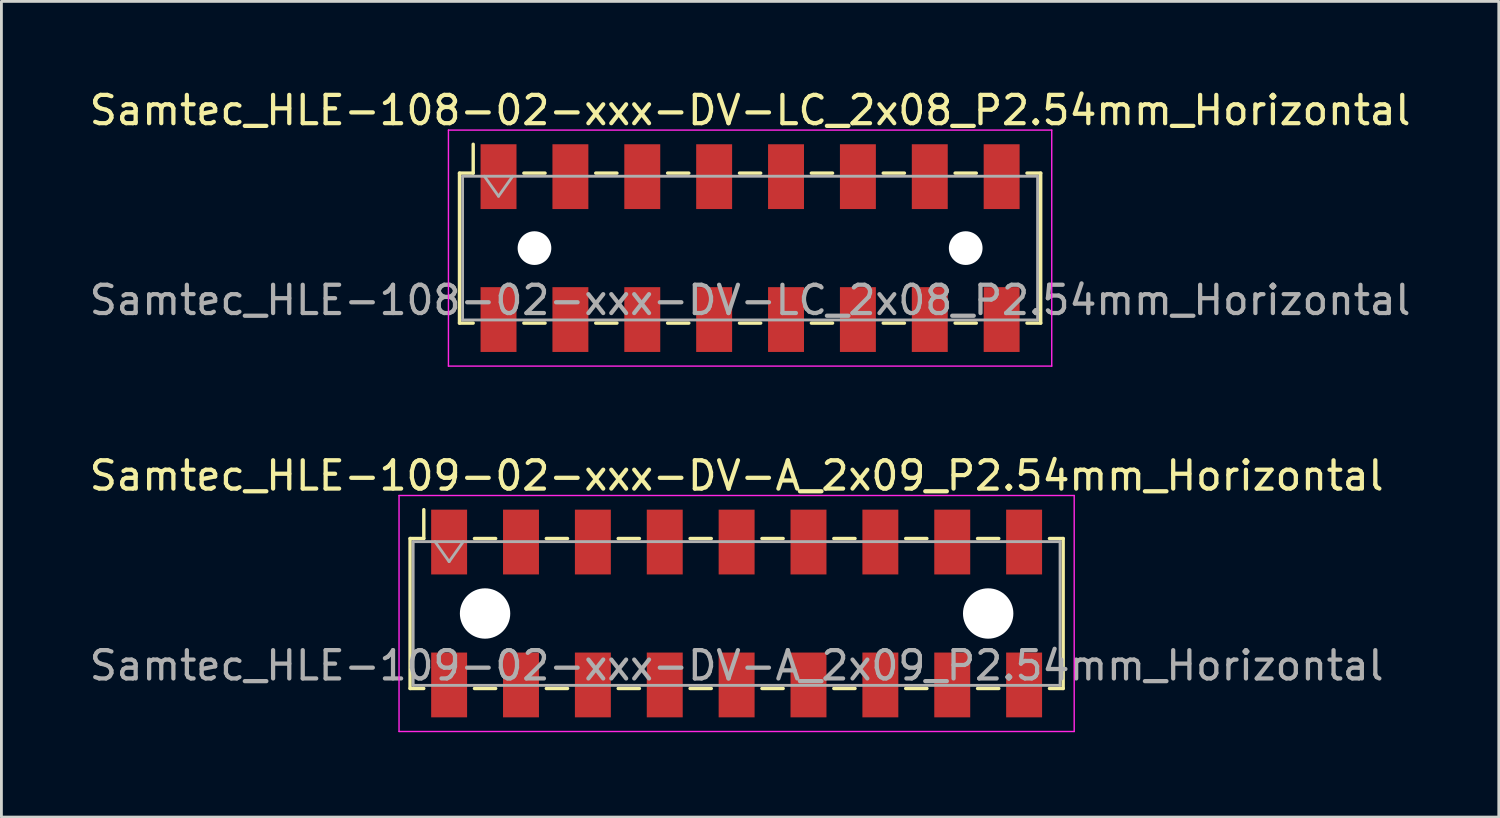
<source format=kicad_pcb>
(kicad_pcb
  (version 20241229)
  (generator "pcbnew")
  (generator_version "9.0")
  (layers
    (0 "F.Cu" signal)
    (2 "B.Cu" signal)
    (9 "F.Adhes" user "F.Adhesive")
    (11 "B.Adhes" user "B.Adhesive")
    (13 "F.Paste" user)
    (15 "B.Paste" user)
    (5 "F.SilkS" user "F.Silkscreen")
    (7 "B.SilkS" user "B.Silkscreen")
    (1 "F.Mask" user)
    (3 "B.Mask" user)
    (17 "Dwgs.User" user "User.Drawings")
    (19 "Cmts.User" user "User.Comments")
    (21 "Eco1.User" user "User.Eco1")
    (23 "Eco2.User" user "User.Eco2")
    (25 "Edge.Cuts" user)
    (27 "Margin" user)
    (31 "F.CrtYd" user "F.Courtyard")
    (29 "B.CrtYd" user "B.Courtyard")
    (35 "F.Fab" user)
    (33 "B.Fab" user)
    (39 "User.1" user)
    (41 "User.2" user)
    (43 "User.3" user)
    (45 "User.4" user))
  (footprint "Samtec_HLE-109-02-xxx-DV-A_2x09_P2.54mm_Horizontal"
    (layer "F.Cu")
    (at 22.982 18.631)
    (property "Reference" "Samtec_HLE-109-02-xxx-DV-A_2x09_P2.54mm_Horizontal" (at 0 -4.87 0) (layer "F.SilkS") (effects (font (size 1 1) (thickness 0.15))))
    (attr smd)
    (fp_line (start -11.54 -2.65) (end -11.54 2.65) (stroke (width 0.12) (type solid)) (layer "F.SilkS"))
    (fp_line (start -11.54 2.65) (end -11.055 2.65) (stroke (width 0.12) (type solid)) (layer "F.SilkS"))
    (fp_line (start -11.055 -3.67) (end -11.055 -2.65) (stroke (width 0.12) (type solid)) (layer "F.SilkS"))
    (fp_line (start -11.055 -2.65) (end -11.54 -2.65) (stroke (width 0.12) (type solid)) (layer "F.SilkS"))
    (fp_line (start -9.265 -2.65) (end -8.515 -2.65) (stroke (width 0.12) (type solid)) (layer "F.SilkS"))
    (fp_line (start -9.265 2.65) (end -8.515 2.65) (stroke (width 0.12) (type solid)) (layer "F.SilkS"))
    (fp_line (start -6.725 -2.65) (end -5.975 -2.65) (stroke (width 0.12) (type solid)) (layer "F.SilkS"))
    (fp_line (start -6.725 2.65) (end -5.975 2.65) (stroke (width 0.12) (type solid)) (layer "F.SilkS"))
    (fp_line (start -4.185 -2.65) (end -3.435 -2.65) (stroke (width 0.12) (type solid)) (layer "F.SilkS"))
    (fp_line (start -4.185 2.65) (end -3.435 2.65) (stroke (width 0.12) (type solid)) (layer "F.SilkS"))
    (fp_line (start -1.645 -2.65) (end -0.895 -2.65) (stroke (width 0.12) (type solid)) (layer "F.SilkS"))
    (fp_line (start -1.645 2.65) (end -0.895 2.65) (stroke (width 0.12) (type solid)) (layer "F.SilkS"))
    (fp_line (start 0.895 -2.65) (end 1.645 -2.65) (stroke (width 0.12) (type solid)) (layer "F.SilkS"))
    (fp_line (start 0.895 2.65) (end 1.645 2.65) (stroke (width 0.12) (type solid)) (layer "F.SilkS"))
    (fp_line (start 3.435 -2.65) (end 4.185 -2.65) (stroke (width 0.12) (type solid)) (layer "F.SilkS"))
    (fp_line (start 3.435 2.65) (end 4.185 2.65) (stroke (width 0.12) (type solid)) (layer "F.SilkS"))
    (fp_line (start 5.975 -2.65) (end 6.725 -2.65) (stroke (width 0.12) (type solid)) (layer "F.SilkS"))
    (fp_line (start 5.975 2.65) (end 6.725 2.65) (stroke (width 0.12) (type solid)) (layer "F.SilkS"))
    (fp_line (start 8.515 -2.65) (end 9.265 -2.65) (stroke (width 0.12) (type solid)) (layer "F.SilkS"))
    (fp_line (start 8.515 2.65) (end 9.265 2.65) (stroke (width 0.12) (type solid)) (layer "F.SilkS"))
    (fp_line (start 11.055 -2.65) (end 11.54 -2.65) (stroke (width 0.12) (type solid)) (layer "F.SilkS"))
    (fp_line (start 11.54 -2.65) (end 11.54 2.65) (stroke (width 0.12) (type solid)) (layer "F.SilkS"))
    (fp_line (start 11.54 2.65) (end 11.055 2.65) (stroke (width 0.12) (type solid)) (layer "F.SilkS"))
    (fp_line (start -11.93 -4.17) (end 11.93 -4.17) (stroke (width 0.05) (type solid)) (layer "F.CrtYd"))
    (fp_line (start -11.93 4.17) (end -11.93 -4.17) (stroke (width 0.05) (type solid)) (layer "F.CrtYd"))
    (fp_line (start 11.93 -4.17) (end 11.93 4.17) (stroke (width 0.05) (type solid)) (layer "F.CrtYd"))
    (fp_line (start 11.93 4.17) (end -11.93 4.17) (stroke (width 0.05) (type solid)) (layer "F.CrtYd"))
    (fp_line (start -11.43 -2.54) (end 11.43 -2.54) (stroke (width 0.1) (type solid)) (layer "F.Fab"))
    (fp_line (start -11.43 2.54) (end -11.43 -2.54) (stroke (width 0.1) (type solid)) (layer "F.Fab"))
    (fp_line (start -10.66 -2.54) (end -10.16 -1.833) (stroke (width 0.1) (type solid)) (layer "F.Fab"))
    (fp_line (start -10.16 -1.833) (end -9.66 -2.54) (stroke (width 0.1) (type solid)) (layer "F.Fab"))
    (fp_line (start 11.43 -2.54) (end 11.43 2.54) (stroke (width 0.1) (type solid)) (layer "F.Fab"))
    (fp_line (start 11.43 2.54) (end -11.43 2.54) (stroke (width 0.1) (type solid)) (layer "F.Fab"))
    (fp_text user "${REFERENCE}" (at 0 1.84 0) (layer "F.Fab") (effects (font (size 1 1) (thickness 0.15))))
    (pad "" np_thru_hole circle (at -8.89 0) (size 1.78 1.78) (drill 1.78) (layers "*.Cu" "*.Mask"))
    (pad "" np_thru_hole circle (at 8.89 0) (size 1.78 1.78) (drill 1.78) (layers "*.Cu" "*.Mask"))
    (pad "1" smd rect (at -10.16 -2.525) (size 1.27 2.29) (layers "F.Cu" "F.Mask" "F.Paste"))
    (pad "2" smd rect (at -10.16 2.525) (size 1.27 2.29) (layers "F.Cu" "F.Mask" "F.Paste"))
    (pad "3" smd rect (at -7.62 -2.525) (size 1.27 2.29) (layers "F.Cu" "F.Mask" "F.Paste"))
    (pad "4" smd rect (at -7.62 2.525) (size 1.27 2.29) (layers "F.Cu" "F.Mask" "F.Paste"))
    (pad "5" smd rect (at -5.08 -2.525) (size 1.27 2.29) (layers "F.Cu" "F.Mask" "F.Paste"))
    (pad "6" smd rect (at -5.08 2.525) (size 1.27 2.29) (layers "F.Cu" "F.Mask" "F.Paste"))
    (pad "7" smd rect (at -2.54 -2.525) (size 1.27 2.29) (layers "F.Cu" "F.Mask" "F.Paste"))
    (pad "8" smd rect (at -2.54 2.525) (size 1.27 2.29) (layers "F.Cu" "F.Mask" "F.Paste"))
    (pad "9" smd rect (at 0 -2.525) (size 1.27 2.29) (layers "F.Cu" "F.Mask" "F.Paste"))
    (pad "10" smd rect (at 0 2.525) (size 1.27 2.29) (layers "F.Cu" "F.Mask" "F.Paste"))
    (pad "11" smd rect (at 2.54 -2.525) (size 1.27 2.29) (layers "F.Cu" "F.Mask" "F.Paste"))
    (pad "12" smd rect (at 2.54 2.525) (size 1.27 2.29) (layers "F.Cu" "F.Mask" "F.Paste"))
    (pad "13" smd rect (at 5.08 -2.525) (size 1.27 2.29) (layers "F.Cu" "F.Mask" "F.Paste"))
    (pad "14" smd rect (at 5.08 2.525) (size 1.27 2.29) (layers "F.Cu" "F.Mask" "F.Paste"))
    (pad "15" smd rect (at 7.62 -2.525) (size 1.27 2.29) (layers "F.Cu" "F.Mask" "F.Paste"))
    (pad "16" smd rect (at 7.62 2.525) (size 1.27 2.29) (layers "F.Cu" "F.Mask" "F.Paste"))
    (pad "17" smd rect (at 10.16 -2.525) (size 1.27 2.29) (layers "F.Cu" "F.Mask" "F.Paste"))
    (pad "18" smd rect (at 10.16 2.525) (size 1.27 2.29) (layers "F.Cu" "F.Mask" "F.Paste")))
  (footprint "Samtec_HLE-108-02-xxx-DV-LC_2x08_P2.54mm_Horizontal"
    (layer "F.Cu")
    (at 23.458 5.718)
    (property "Reference" "Samtec_HLE-108-02-xxx-DV-LC_2x08_P2.54mm_Horizontal" (at 0 -4.87 0) (layer "F.SilkS") (effects (font (size 1 1) (thickness 0.15))))
    (attr smd)
    (fp_line (start -10.27 -2.65) (end -10.27 2.65) (stroke (width 0.12) (type solid)) (layer "F.SilkS"))
    (fp_line (start -10.27 2.65) (end -9.785 2.65) (stroke (width 0.12) (type solid)) (layer "F.SilkS"))
    (fp_line (start -9.785 -3.67) (end -9.785 -2.65) (stroke (width 0.12) (type solid)) (layer "F.SilkS"))
    (fp_line (start -9.785 -2.65) (end -10.27 -2.65) (stroke (width 0.12) (type solid)) (layer "F.SilkS"))
    (fp_line (start -7.995 -2.65) (end -7.245 -2.65) (stroke (width 0.12) (type solid)) (layer "F.SilkS"))
    (fp_line (start -7.995 2.65) (end -7.245 2.65) (stroke (width 0.12) (type solid)) (layer "F.SilkS"))
    (fp_line (start -5.455 -2.65) (end -4.705 -2.65) (stroke (width 0.12) (type solid)) (layer "F.SilkS"))
    (fp_line (start -5.455 2.65) (end -4.705 2.65) (stroke (width 0.12) (type solid)) (layer "F.SilkS"))
    (fp_line (start -2.915 -2.65) (end -2.165 -2.65) (stroke (width 0.12) (type solid)) (layer "F.SilkS"))
    (fp_line (start -2.915 2.65) (end -2.165 2.65) (stroke (width 0.12) (type solid)) (layer "F.SilkS"))
    (fp_line (start -0.375 -2.65) (end 0.375 -2.65) (stroke (width 0.12) (type solid)) (layer "F.SilkS"))
    (fp_line (start -0.375 2.65) (end 0.375 2.65) (stroke (width 0.12) (type solid)) (layer "F.SilkS"))
    (fp_line (start 2.165 -2.65) (end 2.915 -2.65) (stroke (width 0.12) (type solid)) (layer "F.SilkS"))
    (fp_line (start 2.165 2.65) (end 2.915 2.65) (stroke (width 0.12) (type solid)) (layer "F.SilkS"))
    (fp_line (start 4.705 -2.65) (end 5.455 -2.65) (stroke (width 0.12) (type solid)) (layer "F.SilkS"))
    (fp_line (start 4.705 2.65) (end 5.455 2.65) (stroke (width 0.12) (type solid)) (layer "F.SilkS"))
    (fp_line (start 7.245 -2.65) (end 7.995 -2.65) (stroke (width 0.12) (type solid)) (layer "F.SilkS"))
    (fp_line (start 7.245 2.65) (end 7.995 2.65) (stroke (width 0.12) (type solid)) (layer "F.SilkS"))
    (fp_line (start 9.785 -2.65) (end 10.27 -2.65) (stroke (width 0.12) (type solid)) (layer "F.SilkS"))
    (fp_line (start 10.27 -2.65) (end 10.27 2.65) (stroke (width 0.12) (type solid)) (layer "F.SilkS"))
    (fp_line (start 10.27 2.65) (end 9.785 2.65) (stroke (width 0.12) (type solid)) (layer "F.SilkS"))
    (fp_line (start -10.66 -4.17) (end 10.66 -4.17) (stroke (width 0.05) (type solid)) (layer "F.CrtYd"))
    (fp_line (start -10.66 4.17) (end -10.66 -4.17) (stroke (width 0.05) (type solid)) (layer "F.CrtYd"))
    (fp_line (start 10.66 -4.17) (end 10.66 4.17) (stroke (width 0.05) (type solid)) (layer "F.CrtYd"))
    (fp_line (start 10.66 4.17) (end -10.66 4.17) (stroke (width 0.05) (type solid)) (layer "F.CrtYd"))
    (fp_line (start -10.16 -2.54) (end 10.16 -2.54) (stroke (width 0.1) (type solid)) (layer "F.Fab"))
    (fp_line (start -10.16 2.54) (end -10.16 -2.54) (stroke (width 0.1) (type solid)) (layer "F.Fab"))
    (fp_line (start -9.39 -2.54) (end -8.89 -1.833) (stroke (width 0.1) (type solid)) (layer "F.Fab"))
    (fp_line (start -8.89 -1.833) (end -8.39 -2.54) (stroke (width 0.1) (type solid)) (layer "F.Fab"))
    (fp_line (start 10.16 -2.54) (end 10.16 2.54) (stroke (width 0.1) (type solid)) (layer "F.Fab"))
    (fp_line (start 10.16 2.54) (end -10.16 2.54) (stroke (width 0.1) (type solid)) (layer "F.Fab"))
    (fp_text user "${REFERENCE}" (at 0 1.84 0) (layer "F.Fab") (effects (font (size 1 1) (thickness 0.15))))
    (pad "" np_thru_hole circle (at -7.62 0) (size 1.19 1.19) (drill 1.19) (layers "*.Cu" "*.Mask"))
    (pad "" np_thru_hole circle (at 7.62 0) (size 1.19 1.19) (drill 1.19) (layers "*.Cu" "*.Mask"))
    (pad "1" smd rect (at -8.89 -2.525) (size 1.27 2.29) (layers "F.Cu" "F.Mask" "F.Paste"))
    (pad "2" smd rect (at -8.89 2.525) (size 1.27 2.29) (layers "F.Cu" "F.Mask" "F.Paste"))
    (pad "3" smd rect (at -6.35 -2.525) (size 1.27 2.29) (layers "F.Cu" "F.Mask" "F.Paste"))
    (pad "4" smd rect (at -6.35 2.525) (size 1.27 2.29) (layers "F.Cu" "F.Mask" "F.Paste"))
    (pad "5" smd rect (at -3.81 -2.525) (size 1.27 2.29) (layers "F.Cu" "F.Mask" "F.Paste"))
    (pad "6" smd rect (at -3.81 2.525) (size 1.27 2.29) (layers "F.Cu" "F.Mask" "F.Paste"))
    (pad "7" smd rect (at -1.27 -2.525) (size 1.27 2.29) (layers "F.Cu" "F.Mask" "F.Paste"))
    (pad "8" smd rect (at -1.27 2.525) (size 1.27 2.29) (layers "F.Cu" "F.Mask" "F.Paste"))
    (pad "9" smd rect (at 1.27 -2.525) (size 1.27 2.29) (layers "F.Cu" "F.Mask" "F.Paste"))
    (pad "10" smd rect (at 1.27 2.525) (size 1.27 2.29) (layers "F.Cu" "F.Mask" "F.Paste"))
    (pad "11" smd rect (at 3.81 -2.525) (size 1.27 2.29) (layers "F.Cu" "F.Mask" "F.Paste"))
    (pad "12" smd rect (at 3.81 2.525) (size 1.27 2.29) (layers "F.Cu" "F.Mask" "F.Paste"))
    (pad "13" smd rect (at 6.35 -2.525) (size 1.27 2.29) (layers "F.Cu" "F.Mask" "F.Paste"))
    (pad "14" smd rect (at 6.35 2.525) (size 1.27 2.29) (layers "F.Cu" "F.Mask" "F.Paste"))
    (pad "15" smd rect (at 8.89 -2.525) (size 1.27 2.29) (layers "F.Cu" "F.Mask" "F.Paste"))
    (pad "16" smd rect (at 8.89 2.525) (size 1.27 2.29) (layers "F.Cu" "F.Mask" "F.Paste")))
  (gr_rect
    (start -3 -3)
    (end 49.917 25.826)
    (stroke (width 0.1) (type default))
    (fill no)
    (layer "Edge.Cuts")))
</source>
